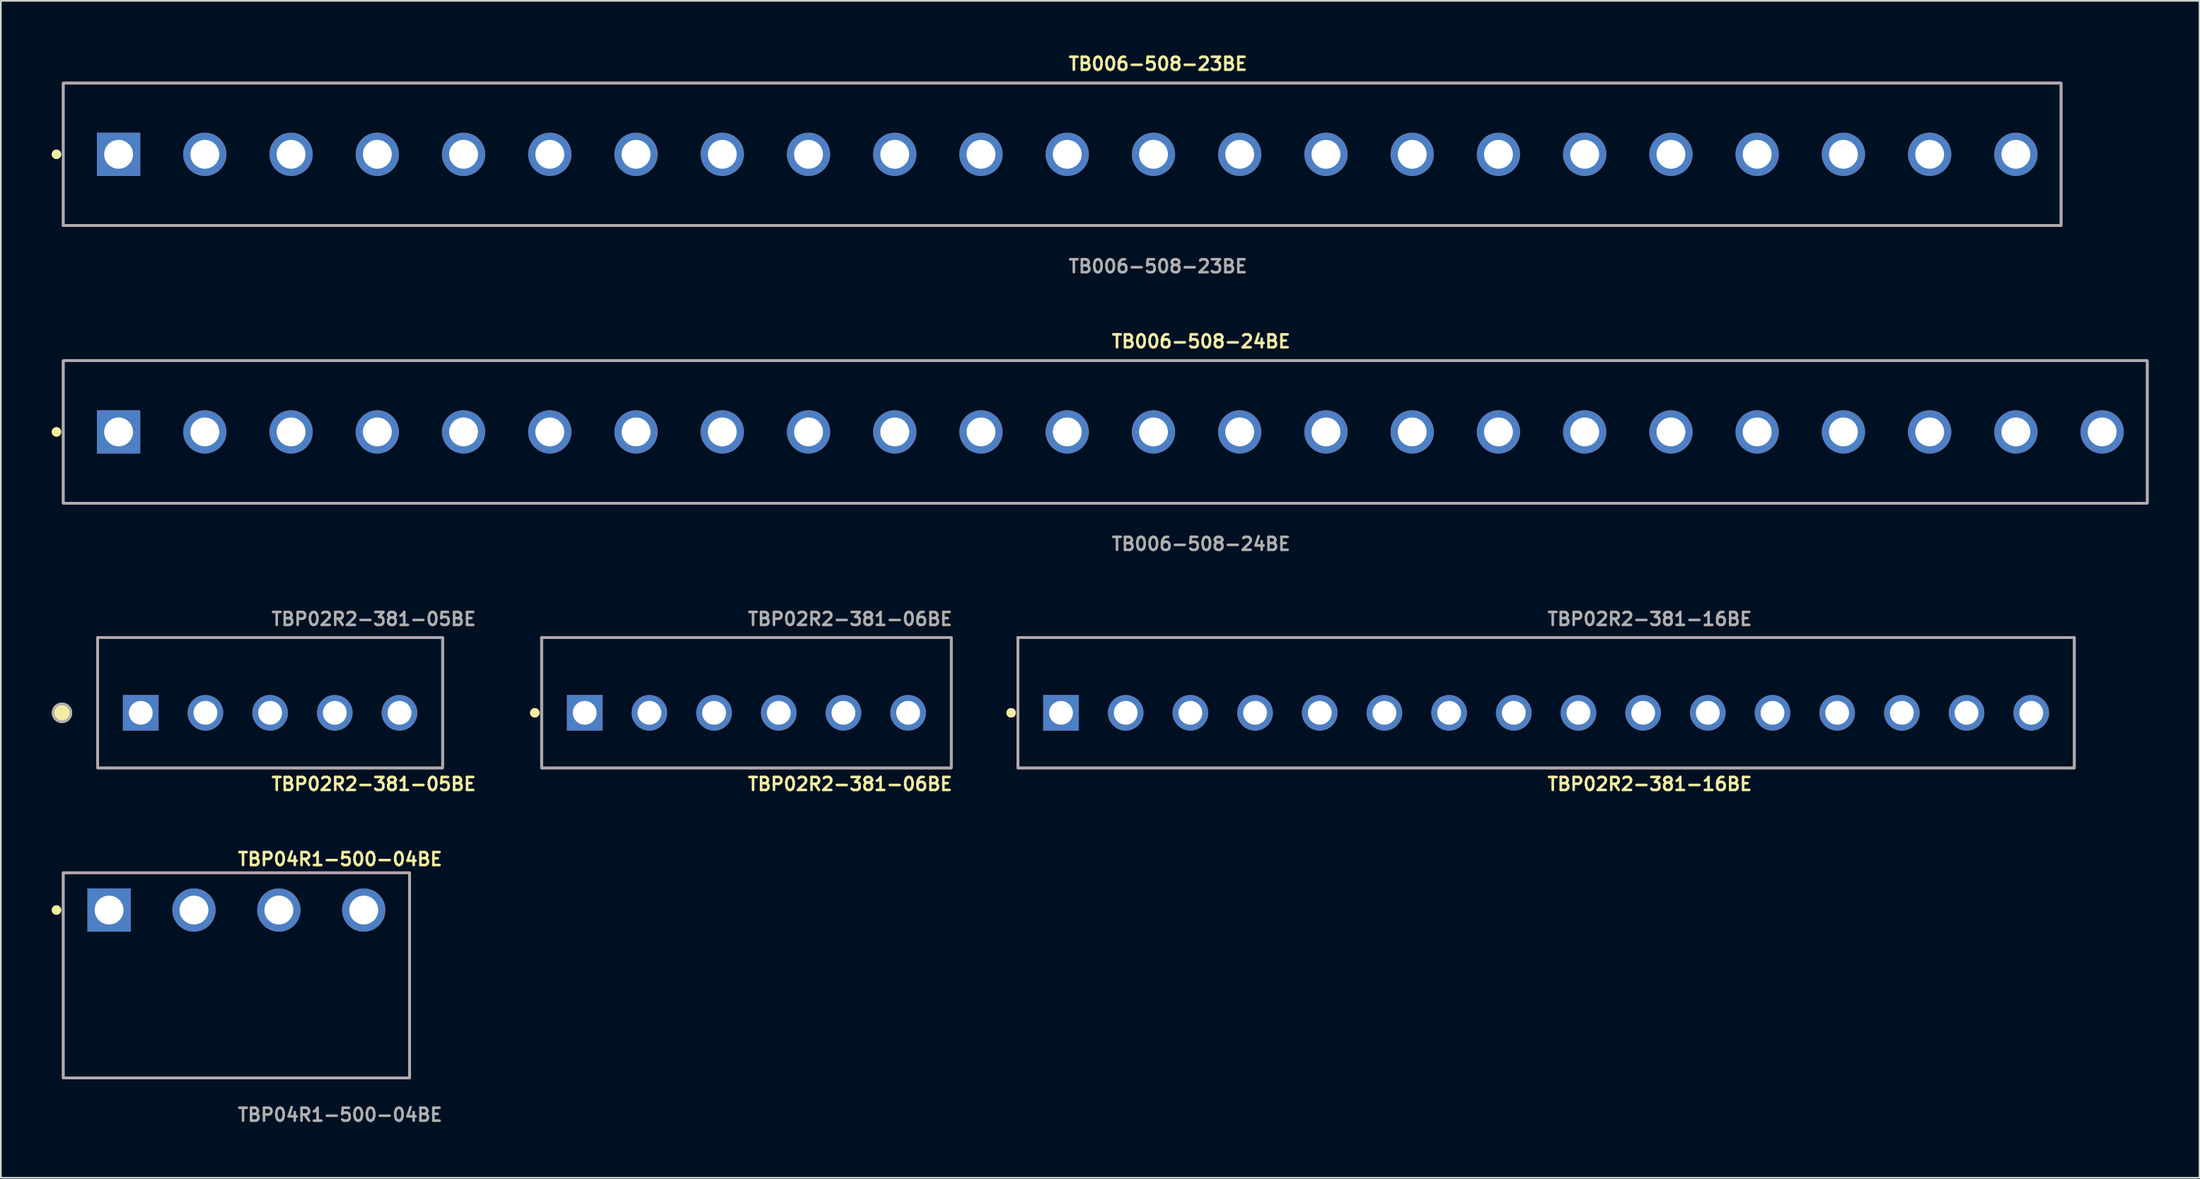
<source format=kicad_pcb>
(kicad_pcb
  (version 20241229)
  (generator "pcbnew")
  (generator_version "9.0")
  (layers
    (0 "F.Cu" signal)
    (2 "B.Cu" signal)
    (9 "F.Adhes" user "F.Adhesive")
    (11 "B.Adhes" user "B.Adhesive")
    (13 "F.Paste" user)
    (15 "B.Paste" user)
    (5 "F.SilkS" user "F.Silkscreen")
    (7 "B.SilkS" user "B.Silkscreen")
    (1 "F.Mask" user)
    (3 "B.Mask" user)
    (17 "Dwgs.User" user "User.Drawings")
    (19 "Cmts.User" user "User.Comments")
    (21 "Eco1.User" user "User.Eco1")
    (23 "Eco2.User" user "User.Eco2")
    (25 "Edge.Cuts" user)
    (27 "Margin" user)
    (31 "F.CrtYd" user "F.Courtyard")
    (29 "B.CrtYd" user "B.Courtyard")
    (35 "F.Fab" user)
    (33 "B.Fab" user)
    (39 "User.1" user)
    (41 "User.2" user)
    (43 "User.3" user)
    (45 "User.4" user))
  (footprint "TBP02R2-381-05BE"
    (layer "F.Cu")
    (at 12.861 38.972)
    (property "Reference" "TBP02R2-381-05BE" (at 0 4.2 0) (unlocked yes) (layer "F.SilkS") (effects (font (size 0.762 0.762) (thickness 0.152)) (justify left)))
    (fp_rect (start -10.16 3.251) (end 10.16 -4.445) (stroke (width 0.152) (type solid)) (fill no) (layer "F.SilkS"))
    (fp_circle (center -12.26 0) (end -12.785 0) (stroke (width 0.152) (type solid)) (fill yes) (layer "F.SilkS"))
    (fp_rect (start -10.16 3.251) (end 10.16 -4.445) (stroke (width 0.006) (type solid)) (fill no) (layer "F.CrtYd"))
    (fp_rect (start -10.16 3.251) (end 10.16 -4.445) (stroke (width 0.152) (type solid)) (fill no) (layer "F.Fab"))
    (fp_circle (center -12.26 0) (end -12.785 0) (stroke (width 0.152) (type solid)) (fill no) (layer "F.Fab"))
    (fp_text user "${REFERENCE}" (at 0 -5.53 0) (unlocked yes) (layer "F.Fab") (effects (font (size 0.762 0.762) (thickness 0.152)) (justify left)))
    (pad "1" thru_hole rect (at -7.62 0) (size 2.1 2.1) (drill 1.4) (layers "*.Cu" "*.Mask"))
    (pad "2" thru_hole circle (at -3.81 0) (size 2.1 2.1) (drill 1.4) (layers "*.Cu" "*.Mask"))
    (pad "3" thru_hole circle (at 0 0) (size 2.1 2.1) (drill 1.4) (layers "*.Cu" "*.Mask"))
    (pad "4" thru_hole circle (at 3.81 0) (size 2.1 2.1) (drill 1.4) (layers "*.Cu" "*.Mask"))
    (pad "5" thru_hole circle (at 7.62 0) (size 2.1 2.1) (drill 1.4) (layers "*.Cu" "*.Mask")))
  (footprint "TB006-508-24BE"
    (layer "F.Cu")
    (at 62.356 22.412)
    (property "Reference" "TB006-508-24BE" (at 0 -5.334 0) (unlocked yes) (layer "F.SilkS") (effects (font (size 0.762 0.762) (thickness 0.152)) (justify left)))
    (fp_rect (start -61.68 4.2) (end 61.08 -4.2) (stroke (width 0.152) (type solid)) (fill no) (layer "F.SilkS"))
    (fp_circle (center -62.08 0) (end -62.28 0) (stroke (width 0.152) (type solid)) (fill yes) (layer "F.SilkS"))
    (fp_circle (center -62.08 0) (end -62.28 0) (stroke (width 0.152) (type solid)) (fill yes) (layer "F.SilkS"))
    (fp_rect (start -61.68 4.2) (end 61.08 -4.2) (stroke (width 0.006) (type solid)) (fill no) (layer "F.CrtYd"))
    (fp_rect (start -61.68 4.2) (end 61.08 -4.2) (stroke (width 0.152) (type solid)) (fill no) (layer "F.Fab"))
    (fp_text user "${REFERENCE}" (at 0 6.604 0) (unlocked yes) (layer "F.Fab") (effects (font (size 0.762 0.762) (thickness 0.152)) (justify left)))
    (pad "1" thru_hole rect (at -58.42 0) (size 2.55 2.55) (drill 1.7) (layers "*.Cu" "*.Mask"))
    (pad "2" thru_hole circle (at -53.34 0) (size 2.55 2.55) (drill 1.7) (layers "*.Cu" "*.Mask"))
    (pad "3" thru_hole circle (at -48.26 0) (size 2.55 2.55) (drill 1.7) (layers "*.Cu" "*.Mask"))
    (pad "4" thru_hole circle (at -43.18 0) (size 2.55 2.55) (drill 1.7) (layers "*.Cu" "*.Mask"))
    (pad "5" thru_hole circle (at -38.1 0) (size 2.55 2.55) (drill 1.7) (layers "*.Cu" "*.Mask"))
    (pad "6" thru_hole circle (at -33.02 0) (size 2.55 2.55) (drill 1.7) (layers "*.Cu" "*.Mask"))
    (pad "7" thru_hole circle (at -27.94 0) (size 2.55 2.55) (drill 1.7) (layers "*.Cu" "*.Mask"))
    (pad "8" thru_hole circle (at -22.86 0) (size 2.55 2.55) (drill 1.7) (layers "*.Cu" "*.Mask"))
    (pad "9" thru_hole circle (at -17.78 0) (size 2.55 2.55) (drill 1.7) (layers "*.Cu" "*.Mask"))
    (pad "10" thru_hole circle (at -12.7 0) (size 2.55 2.55) (drill 1.7) (layers "*.Cu" "*.Mask"))
    (pad "11" thru_hole circle (at -7.62 0) (size 2.55 2.55) (drill 1.7) (layers "*.Cu" "*.Mask"))
    (pad "12" thru_hole circle (at -2.54 0) (size 2.55 2.55) (drill 1.7) (layers "*.Cu" "*.Mask"))
    (pad "13" thru_hole circle (at 2.54 0) (size 2.55 2.55) (drill 1.7) (layers "*.Cu" "*.Mask"))
    (pad "14" thru_hole circle (at 7.62 0) (size 2.55 2.55) (drill 1.7) (layers "*.Cu" "*.Mask"))
    (pad "15" thru_hole circle (at 12.7 0) (size 2.55 2.55) (drill 1.7) (layers "*.Cu" "*.Mask"))
    (pad "16" thru_hole circle (at 17.78 0) (size 2.55 2.55) (drill 1.7) (layers "*.Cu" "*.Mask"))
    (pad "17" thru_hole circle (at 22.86 0) (size 2.55 2.55) (drill 1.7) (layers "*.Cu" "*.Mask"))
    (pad "18" thru_hole circle (at 27.94 0) (size 2.55 2.55) (drill 1.7) (layers "*.Cu" "*.Mask"))
    (pad "19" thru_hole circle (at 33.02 0) (size 2.55 2.55) (drill 1.7) (layers "*.Cu" "*.Mask"))
    (pad "20" thru_hole circle (at 38.1 0) (size 2.55 2.55) (drill 1.7) (layers "*.Cu" "*.Mask"))
    (pad "21" thru_hole circle (at 43.18 0) (size 2.55 2.55) (drill 1.7) (layers "*.Cu" "*.Mask"))
    (pad "22" thru_hole circle (at 48.26 0) (size 2.55 2.55) (drill 1.7) (layers "*.Cu" "*.Mask"))
    (pad "23" thru_hole circle (at 53.34 0) (size 2.55 2.55) (drill 1.7) (layers "*.Cu" "*.Mask"))
    (pad "24" thru_hole circle (at 58.42 0) (size 2.55 2.55) (drill 1.7) (layers "*.Cu" "*.Mask")))
  (footprint "TB006-508-23BE"
    (layer "F.Cu")
    (at 59.816 6.047)
    (property "Reference" "TB006-508-23BE" (at 0 -5.334 0) (unlocked yes) (layer "F.SilkS") (effects (font (size 0.762 0.762) (thickness 0.152)) (justify left)))
    (fp_rect (start -59.14 4.2) (end 58.54 -4.2) (stroke (width 0.152) (type solid)) (fill no) (layer "F.SilkS"))
    (fp_circle (center -59.54 0) (end -59.74 0) (stroke (width 0.152) (type solid)) (fill yes) (layer "F.SilkS"))
    (fp_circle (center -59.54 0) (end -59.74 0) (stroke (width 0.152) (type solid)) (fill yes) (layer "F.SilkS"))
    (fp_rect (start -59.14 4.2) (end 58.54 -4.2) (stroke (width 0.006) (type solid)) (fill no) (layer "F.CrtYd"))
    (fp_rect (start -59.14 4.2) (end 58.54 -4.2) (stroke (width 0.152) (type solid)) (fill no) (layer "F.Fab"))
    (fp_text user "${REFERENCE}" (at 0 6.604 0) (unlocked yes) (layer "F.Fab") (effects (font (size 0.762 0.762) (thickness 0.152)) (justify left)))
    (pad "1" thru_hole rect (at -55.88 0) (size 2.55 2.55) (drill 1.7) (layers "*.Cu" "*.Mask"))
    (pad "2" thru_hole circle (at -50.8 0) (size 2.55 2.55) (drill 1.7) (layers "*.Cu" "*.Mask"))
    (pad "3" thru_hole circle (at -45.72 0) (size 2.55 2.55) (drill 1.7) (layers "*.Cu" "*.Mask"))
    (pad "4" thru_hole circle (at -40.64 0) (size 2.55 2.55) (drill 1.7) (layers "*.Cu" "*.Mask"))
    (pad "5" thru_hole circle (at -35.56 0) (size 2.55 2.55) (drill 1.7) (layers "*.Cu" "*.Mask"))
    (pad "6" thru_hole circle (at -30.48 0) (size 2.55 2.55) (drill 1.7) (layers "*.Cu" "*.Mask"))
    (pad "7" thru_hole circle (at -25.4 0) (size 2.55 2.55) (drill 1.7) (layers "*.Cu" "*.Mask"))
    (pad "8" thru_hole circle (at -20.32 0) (size 2.55 2.55) (drill 1.7) (layers "*.Cu" "*.Mask"))
    (pad "9" thru_hole circle (at -15.24 0) (size 2.55 2.55) (drill 1.7) (layers "*.Cu" "*.Mask"))
    (pad "10" thru_hole circle (at -10.16 0) (size 2.55 2.55) (drill 1.7) (layers "*.Cu" "*.Mask"))
    (pad "11" thru_hole circle (at -5.08 0) (size 2.55 2.55) (drill 1.7) (layers "*.Cu" "*.Mask"))
    (pad "12" thru_hole circle (at 0 0) (size 2.55 2.55) (drill 1.7) (layers "*.Cu" "*.Mask"))
    (pad "13" thru_hole circle (at 5.08 0) (size 2.55 2.55) (drill 1.7) (layers "*.Cu" "*.Mask"))
    (pad "14" thru_hole circle (at 10.16 0) (size 2.55 2.55) (drill 1.7) (layers "*.Cu" "*.Mask"))
    (pad "15" thru_hole circle (at 15.24 0) (size 2.55 2.55) (drill 1.7) (layers "*.Cu" "*.Mask"))
    (pad "16" thru_hole circle (at 20.32 0) (size 2.55 2.55) (drill 1.7) (layers "*.Cu" "*.Mask"))
    (pad "17" thru_hole circle (at 25.4 0) (size 2.55 2.55) (drill 1.7) (layers "*.Cu" "*.Mask"))
    (pad "18" thru_hole circle (at 30.48 0) (size 2.55 2.55) (drill 1.7) (layers "*.Cu" "*.Mask"))
    (pad "19" thru_hole circle (at 35.56 0) (size 2.55 2.55) (drill 1.7) (layers "*.Cu" "*.Mask"))
    (pad "20" thru_hole circle (at 40.64 0) (size 2.55 2.55) (drill 1.7) (layers "*.Cu" "*.Mask"))
    (pad "21" thru_hole circle (at 45.72 0) (size 2.55 2.55) (drill 1.7) (layers "*.Cu" "*.Mask"))
    (pad "22" thru_hole circle (at 50.8 0) (size 2.55 2.55) (drill 1.7) (layers "*.Cu" "*.Mask"))
    (pad "23" thru_hole circle (at 55.88 0) (size 2.55 2.55) (drill 1.7) (layers "*.Cu" "*.Mask")))
  (footprint "TBP02R2-381-06BE"
    (layer "F.Cu")
    (at 40.918 38.972)
    (property "Reference" "TBP02R2-381-06BE" (at 0 4.2 0) (unlocked yes) (layer "F.SilkS") (effects (font (size 0.762 0.762) (thickness 0.152)) (justify left)))
    (fp_rect (start -12.065 3.251) (end 12.065 -4.445) (stroke (width 0.152) (type solid)) (fill no) (layer "F.SilkS"))
    (fp_circle (center -12.465 0) (end -12.665 0) (stroke (width 0.152) (type solid)) (fill yes) (layer "F.SilkS"))
    (fp_circle (center -12.465 0) (end -12.665 0) (stroke (width 0.152) (type solid)) (fill yes) (layer "F.SilkS"))
    (fp_rect (start -12.065 3.251) (end 12.065 -4.445) (stroke (width 0.006) (type solid)) (fill no) (layer "F.CrtYd"))
    (fp_rect (start -12.065 3.251) (end 12.065 -4.445) (stroke (width 0.152) (type solid)) (fill no) (layer "F.Fab"))
    (fp_text user "${REFERENCE}" (at 0 -5.53 0) (unlocked yes) (layer "F.Fab") (effects (font (size 0.762 0.762) (thickness 0.152)) (justify left)))
    (pad "1" thru_hole rect (at -9.525 0) (size 2.1 2.1) (drill 1.4) (layers "*.Cu" "*.Mask"))
    (pad "2" thru_hole circle (at -5.715 0) (size 2.1 2.1) (drill 1.4) (layers "*.Cu" "*.Mask"))
    (pad "3" thru_hole circle (at -1.905 0) (size 2.1 2.1) (drill 1.4) (layers "*.Cu" "*.Mask"))
    (pad "4" thru_hole circle (at 1.905 0) (size 2.1 2.1) (drill 1.4) (layers "*.Cu" "*.Mask"))
    (pad "5" thru_hole circle (at 5.715 0) (size 2.1 2.1) (drill 1.4) (layers "*.Cu" "*.Mask"))
    (pad "6" thru_hole circle (at 9.525 0) (size 2.1 2.1) (drill 1.4) (layers "*.Cu" "*.Mask")))
  (footprint "TBP02R2-381-16BE"
    (layer "F.Cu")
    (at 88.024 38.972)
    (property "Reference" "TBP02R2-381-16BE" (at 0 4.2 0) (unlocked yes) (layer "F.SilkS") (effects (font (size 0.762 0.762) (thickness 0.152)) (justify left)))
    (fp_rect (start -31.115 3.251) (end 31.115 -4.445) (stroke (width 0.152) (type solid)) (fill no) (layer "F.SilkS"))
    (fp_circle (center -31.515 0) (end -31.715 0) (stroke (width 0.152) (type solid)) (fill yes) (layer "F.SilkS"))
    (fp_circle (center -31.515 0) (end -31.715 0) (stroke (width 0.152) (type solid)) (fill yes) (layer "F.SilkS"))
    (fp_rect (start -31.115 3.251) (end 31.115 -4.445) (stroke (width 0.006) (type solid)) (fill no) (layer "F.CrtYd"))
    (fp_rect (start -31.115 3.251) (end 31.115 -4.445) (stroke (width 0.152) (type solid)) (fill no) (layer "F.Fab"))
    (fp_text user "${REFERENCE}" (at 0 -5.53 0) (unlocked yes) (layer "F.Fab") (effects (font (size 0.762 0.762) (thickness 0.152)) (justify left)))
    (pad "1" thru_hole rect (at -28.575 0) (size 2.1 2.1) (drill 1.4) (layers "*.Cu" "*.Mask"))
    (pad "2" thru_hole circle (at -24.765 0) (size 2.1 2.1) (drill 1.4) (layers "*.Cu" "*.Mask"))
    (pad "3" thru_hole circle (at -20.955 0) (size 2.1 2.1) (drill 1.4) (layers "*.Cu" "*.Mask"))
    (pad "4" thru_hole circle (at -17.145 0) (size 2.1 2.1) (drill 1.4) (layers "*.Cu" "*.Mask"))
    (pad "5" thru_hole circle (at -13.335 0) (size 2.1 2.1) (drill 1.4) (layers "*.Cu" "*.Mask"))
    (pad "6" thru_hole circle (at -9.525 0) (size 2.1 2.1) (drill 1.4) (layers "*.Cu" "*.Mask"))
    (pad "7" thru_hole circle (at -5.715 0) (size 2.1 2.1) (drill 1.4) (layers "*.Cu" "*.Mask"))
    (pad "8" thru_hole circle (at -1.905 0) (size 2.1 2.1) (drill 1.4) (layers "*.Cu" "*.Mask"))
    (pad "9" thru_hole circle (at 1.905 0) (size 2.1 2.1) (drill 1.4) (layers "*.Cu" "*.Mask"))
    (pad "10" thru_hole circle (at 5.715 0) (size 2.1 2.1) (drill 1.4) (layers "*.Cu" "*.Mask"))
    (pad "11" thru_hole circle (at 9.525 0) (size 2.1 2.1) (drill 1.4) (layers "*.Cu" "*.Mask"))
    (pad "12" thru_hole circle (at 13.335 0) (size 2.1 2.1) (drill 1.4) (layers "*.Cu" "*.Mask"))
    (pad "13" thru_hole circle (at 17.145 0) (size 2.1 2.1) (drill 1.4) (layers "*.Cu" "*.Mask"))
    (pad "14" thru_hole circle (at 20.955 0) (size 2.1 2.1) (drill 1.4) (layers "*.Cu" "*.Mask"))
    (pad "15" thru_hole circle (at 24.765 0) (size 2.1 2.1) (drill 1.4) (layers "*.Cu" "*.Mask"))
    (pad "16" thru_hole circle (at 28.575 0) (size 2.1 2.1) (drill 1.4) (layers "*.Cu" "*.Mask")))
  (footprint "TBP04R1-500-04BE"
    (layer "F.Cu")
    (at 10.876 50.599)
    (property "Reference" "TBP04R1-500-04BE" (at 0 -3 0) (unlocked yes) (layer "F.SilkS") (effects (font (size 0.762 0.762) (thickness 0.152)) (justify left)))
    (fp_rect (start -10.2 9.9) (end 10.2 -2.2) (stroke (width 0.152) (type solid)) (fill no) (layer "F.SilkS"))
    (fp_circle (center -10.6 0) (end -10.8 0) (stroke (width 0.152) (type solid)) (fill yes) (layer "F.SilkS"))
    (fp_circle (center -10.6 0) (end -10.8 0) (stroke (width 0.152) (type solid)) (fill yes) (layer "F.SilkS"))
    (fp_rect (start -10.2 9.9) (end 10.2 -2.2) (stroke (width 0.006) (type solid)) (fill no) (layer "F.CrtYd"))
    (fp_rect (start -10.2 9.9) (end 10.2 -2.2) (stroke (width 0.152) (type solid)) (fill no) (layer "F.Fab"))
    (fp_text user "${REFERENCE}" (at 0 12.07 0) (unlocked yes) (layer "F.Fab") (effects (font (size 0.762 0.762) (thickness 0.152)) (justify left)))
    (pad "1" thru_hole rect (at -7.5 0) (size 2.55 2.55) (drill 1.7) (layers "*.Cu" "*.Mask"))
    (pad "2" thru_hole circle (at -2.5 0) (size 2.55 2.55) (drill 1.7) (layers "*.Cu" "*.Mask"))
    (pad "3" thru_hole circle (at 2.5 0) (size 2.55 2.55) (drill 1.7) (layers "*.Cu" "*.Mask"))
    (pad "4" thru_hole circle (at 7.5 0) (size 2.55 2.55) (drill 1.7) (layers "*.Cu" "*.Mask")))
  (gr_rect
    (start -3 -3)
    (end 126.512 66.382)
    (stroke (width 0.1) (type default))
    (fill no)
    (layer "Edge.Cuts")))
</source>
